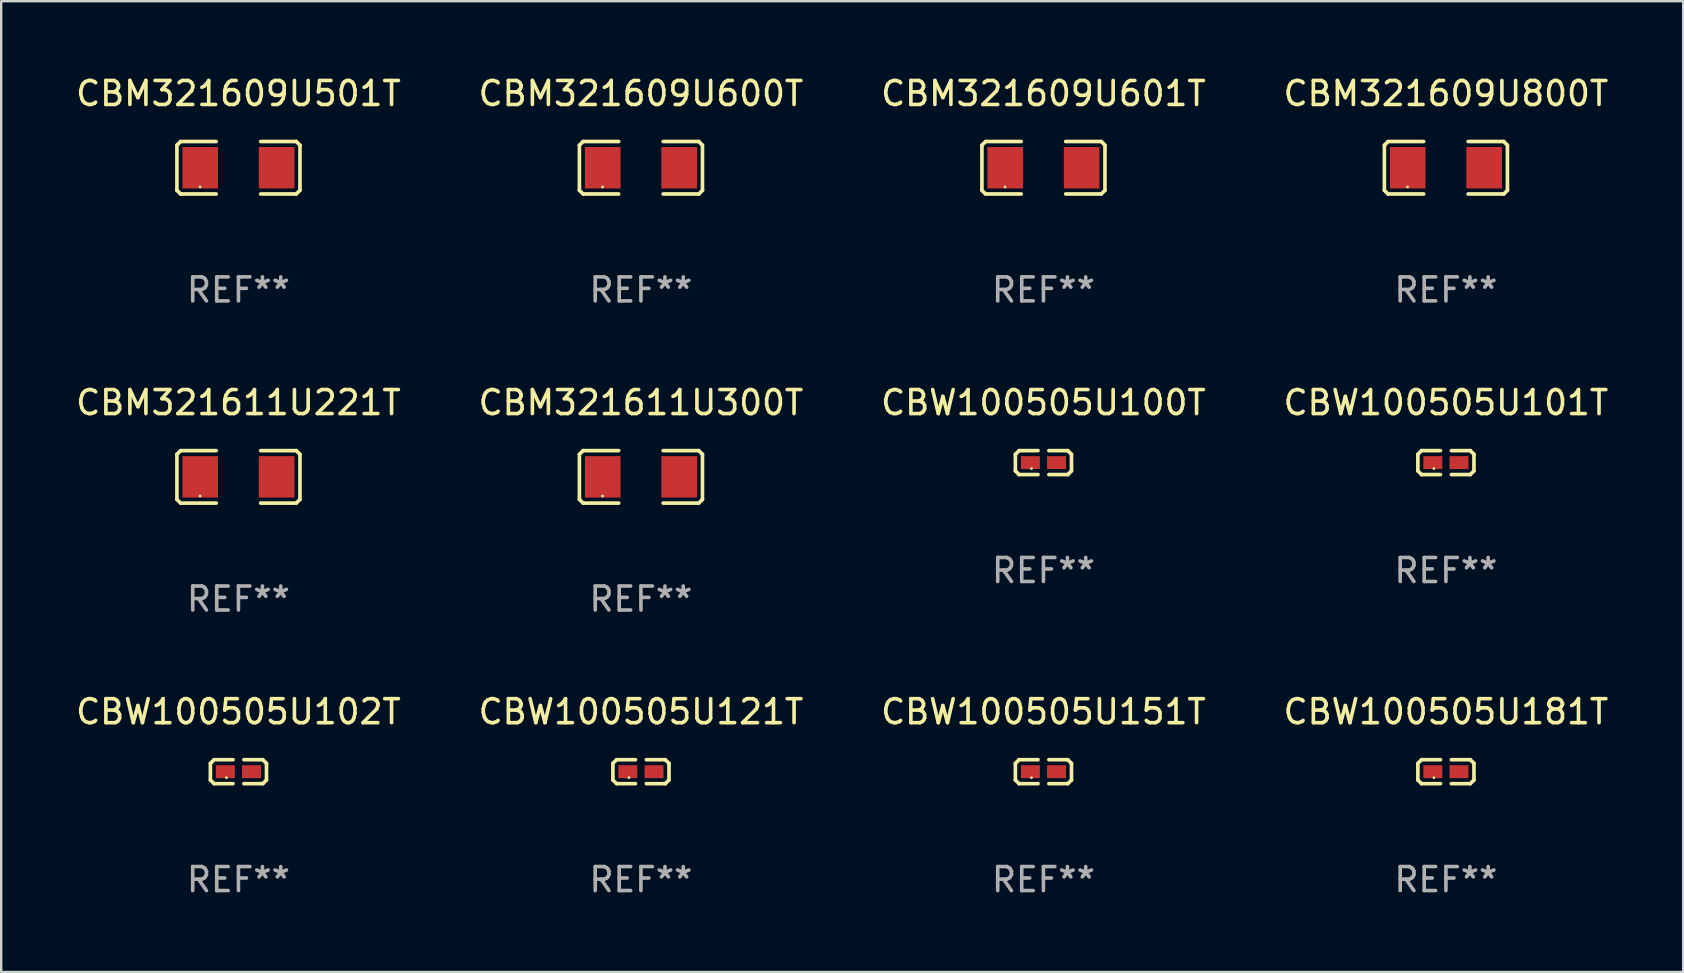
<source format=kicad_pcb>
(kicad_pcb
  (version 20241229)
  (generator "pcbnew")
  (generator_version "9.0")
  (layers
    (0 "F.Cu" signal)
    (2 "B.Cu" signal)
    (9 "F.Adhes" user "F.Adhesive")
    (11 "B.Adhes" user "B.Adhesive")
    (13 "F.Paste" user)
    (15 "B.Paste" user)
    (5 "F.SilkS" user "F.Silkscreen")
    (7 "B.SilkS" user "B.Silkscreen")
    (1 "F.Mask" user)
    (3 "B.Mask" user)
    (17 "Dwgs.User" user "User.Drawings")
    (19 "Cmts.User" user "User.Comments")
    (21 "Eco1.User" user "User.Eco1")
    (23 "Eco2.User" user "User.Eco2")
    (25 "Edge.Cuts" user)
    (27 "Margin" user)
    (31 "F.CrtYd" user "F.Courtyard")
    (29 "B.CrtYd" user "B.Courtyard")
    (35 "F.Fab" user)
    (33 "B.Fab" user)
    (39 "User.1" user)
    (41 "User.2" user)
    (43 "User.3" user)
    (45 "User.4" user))
  (footprint "CBM321609U600T"
    (layer "F.Cu")
    (at 23.661 3.941)
    (property "Reference" "CBM321609U600T" (at 0 -3.093 0) (layer "F.SilkS") (effects (font (size 1 1) (thickness 0.15))))
    (attr through_hole)
    (fp_line (start -2.564 -0.94) (end -2.411 -1.093) (stroke (width 0.152) (type solid)) (layer "F.SilkS"))
    (fp_line (start -2.564 0.94) (end -2.564 -0.94) (stroke (width 0.152) (type solid)) (layer "F.SilkS"))
    (fp_line (start -2.411 -1.093) (end -0.926 -1.093) (stroke (width 0.152) (type solid)) (layer "F.SilkS"))
    (fp_line (start -2.411 1.093) (end -2.564 0.94) (stroke (width 0.152) (type solid)) (layer "F.SilkS"))
    (fp_line (start -0.926 1.093) (end -2.411 1.093) (stroke (width 0.152) (type solid)) (layer "F.SilkS"))
    (fp_line (start 0.926 1.093) (end 2.411 1.093) (stroke (width 0.152) (type solid)) (layer "F.SilkS"))
    (fp_line (start 2.411 -1.093) (end 0.926 -1.093) (stroke (width 0.152) (type solid)) (layer "F.SilkS"))
    (fp_line (start 2.411 1.093) (end 2.564 0.94) (stroke (width 0.152) (type solid)) (layer "F.SilkS"))
    (fp_line (start 2.564 -0.94) (end 2.411 -1.093) (stroke (width 0.152) (type solid)) (layer "F.SilkS"))
    (fp_line (start 2.564 0.94) (end 2.564 -0.94) (stroke (width 0.152) (type solid)) (layer "F.SilkS"))
    (fp_circle (center -1.6 0.8) (end -1.57 0.8) (stroke (width 0.06) (type solid)) (fill no) (layer "F.SilkS"))
    (fp_text user "REF**" (at 0 5.093 0) (layer "F.Fab") (effects (font (size 1 1) (thickness 0.15))))
    (pad "1" smd rect (at -1.593 0) (size 1.485 1.728) (layers "F.Cu" "F.Mask" "F.Paste"))
    (pad "2" smd rect (at 1.593 0) (size 1.485 1.728) (layers "F.Cu" "F.Mask" "F.Paste")))
  (footprint "CBW100505U181T"
    (layer "F.Cu")
    (at 57.208 29.11)
    (property "Reference" "CBW100505U181T" (at 0 -2.499 0) (layer "F.SilkS") (effects (font (size 1 1) (thickness 0.15))))
    (attr through_hole)
    (fp_line (start -1.169 -0.346) (end -1.016 -0.499) (stroke (width 0.152) (type solid)) (layer "F.SilkS"))
    (fp_line (start -1.169 0.346) (end -1.169 -0.346) (stroke (width 0.152) (type solid)) (layer "F.SilkS"))
    (fp_line (start -1.016 -0.499) (end -0.226 -0.499) (stroke (width 0.152) (type solid)) (layer "F.SilkS"))
    (fp_line (start -1.016 0.499) (end -1.169 0.346) (stroke (width 0.152) (type solid)) (layer "F.SilkS"))
    (fp_line (start -0.226 0.499) (end -1.016 0.499) (stroke (width 0.152) (type solid)) (layer "F.SilkS"))
    (fp_line (start 0.226 0.499) (end 1.016 0.499) (stroke (width 0.152) (type solid)) (layer "F.SilkS"))
    (fp_line (start 1.016 -0.499) (end 0.226 -0.499) (stroke (width 0.152) (type solid)) (layer "F.SilkS"))
    (fp_line (start 1.016 0.499) (end 1.169 0.346) (stroke (width 0.152) (type solid)) (layer "F.SilkS"))
    (fp_line (start 1.169 -0.346) (end 1.016 -0.499) (stroke (width 0.152) (type solid)) (layer "F.SilkS"))
    (fp_line (start 1.169 0.346) (end 1.169 -0.346) (stroke (width 0.152) (type solid)) (layer "F.SilkS"))
    (fp_circle (center -0.5 0.25) (end -0.47 0.25) (stroke (width 0.06) (type solid)) (fill no) (layer "F.SilkS"))
    (fp_text user "REF**" (at 0 4.499 0) (layer "F.Fab") (effects (font (size 1 1) (thickness 0.15))))
    (pad "1" smd rect (at -0.545 0) (size 0.79 0.54) (layers "F.Cu" "F.Mask" "F.Paste"))
    (pad "2" smd rect (at 0.545 0) (size 0.79 0.54) (layers "F.Cu" "F.Mask" "F.Paste")))
  (footprint "CBW100505U102T"
    (layer "F.Cu")
    (at 6.887 29.11)
    (property "Reference" "CBW100505U102T" (at 0 -2.499 0) (layer "F.SilkS") (effects (font (size 1 1) (thickness 0.15))))
    (attr through_hole)
    (fp_line (start -1.169 -0.346) (end -1.016 -0.499) (stroke (width 0.152) (type solid)) (layer "F.SilkS"))
    (fp_line (start -1.169 0.346) (end -1.169 -0.346) (stroke (width 0.152) (type solid)) (layer "F.SilkS"))
    (fp_line (start -1.016 -0.499) (end -0.226 -0.499) (stroke (width 0.152) (type solid)) (layer "F.SilkS"))
    (fp_line (start -1.016 0.499) (end -1.169 0.346) (stroke (width 0.152) (type solid)) (layer "F.SilkS"))
    (fp_line (start -0.226 0.499) (end -1.016 0.499) (stroke (width 0.152) (type solid)) (layer "F.SilkS"))
    (fp_line (start 0.226 0.499) (end 1.016 0.499) (stroke (width 0.152) (type solid)) (layer "F.SilkS"))
    (fp_line (start 1.016 -0.499) (end 0.226 -0.499) (stroke (width 0.152) (type solid)) (layer "F.SilkS"))
    (fp_line (start 1.016 0.499) (end 1.169 0.346) (stroke (width 0.152) (type solid)) (layer "F.SilkS"))
    (fp_line (start 1.169 -0.346) (end 1.016 -0.499) (stroke (width 0.152) (type solid)) (layer "F.SilkS"))
    (fp_line (start 1.169 0.346) (end 1.169 -0.346) (stroke (width 0.152) (type solid)) (layer "F.SilkS"))
    (fp_circle (center -0.5 0.25) (end -0.47 0.25) (stroke (width 0.06) (type solid)) (fill no) (layer "F.SilkS"))
    (fp_text user "REF**" (at 0 4.499 0) (layer "F.Fab") (effects (font (size 1 1) (thickness 0.15))))
    (pad "1" smd rect (at -0.545 0) (size 0.79 0.54) (layers "F.Cu" "F.Mask" "F.Paste"))
    (pad "2" smd rect (at 0.545 0) (size 0.79 0.54) (layers "F.Cu" "F.Mask" "F.Paste")))
  (footprint "CBW100505U101T"
    (layer "F.Cu")
    (at 57.208 16.229)
    (property "Reference" "CBW100505U101T" (at 0 -2.499 0) (layer "F.SilkS") (effects (font (size 1 1) (thickness 0.15))))
    (attr through_hole)
    (fp_line (start -1.169 -0.346) (end -1.016 -0.499) (stroke (width 0.152) (type solid)) (layer "F.SilkS"))
    (fp_line (start -1.169 0.346) (end -1.169 -0.346) (stroke (width 0.152) (type solid)) (layer "F.SilkS"))
    (fp_line (start -1.016 -0.499) (end -0.226 -0.499) (stroke (width 0.152) (type solid)) (layer "F.SilkS"))
    (fp_line (start -1.016 0.499) (end -1.169 0.346) (stroke (width 0.152) (type solid)) (layer "F.SilkS"))
    (fp_line (start -0.226 0.499) (end -1.016 0.499) (stroke (width 0.152) (type solid)) (layer "F.SilkS"))
    (fp_line (start 0.226 0.499) (end 1.016 0.499) (stroke (width 0.152) (type solid)) (layer "F.SilkS"))
    (fp_line (start 1.016 -0.499) (end 0.226 -0.499) (stroke (width 0.152) (type solid)) (layer "F.SilkS"))
    (fp_line (start 1.016 0.499) (end 1.169 0.346) (stroke (width 0.152) (type solid)) (layer "F.SilkS"))
    (fp_line (start 1.169 -0.346) (end 1.016 -0.499) (stroke (width 0.152) (type solid)) (layer "F.SilkS"))
    (fp_line (start 1.169 0.346) (end 1.169 -0.346) (stroke (width 0.152) (type solid)) (layer "F.SilkS"))
    (fp_circle (center -0.5 0.25) (end -0.47 0.25) (stroke (width 0.06) (type solid)) (fill no) (layer "F.SilkS"))
    (fp_text user "REF**" (at 0 4.499 0) (layer "F.Fab") (effects (font (size 1 1) (thickness 0.15))))
    (pad "1" smd rect (at -0.545 0) (size 0.79 0.54) (layers "F.Cu" "F.Mask" "F.Paste"))
    (pad "2" smd rect (at 0.545 0) (size 0.79 0.54) (layers "F.Cu" "F.Mask" "F.Paste")))
  (footprint "CBW100505U100T"
    (layer "F.Cu")
    (at 40.435 16.229)
    (property "Reference" "CBW100505U100T" (at 0 -2.499 0) (layer "F.SilkS") (effects (font (size 1 1) (thickness 0.15))))
    (attr through_hole)
    (fp_line (start -1.169 -0.346) (end -1.016 -0.499) (stroke (width 0.152) (type solid)) (layer "F.SilkS"))
    (fp_line (start -1.169 0.346) (end -1.169 -0.346) (stroke (width 0.152) (type solid)) (layer "F.SilkS"))
    (fp_line (start -1.016 -0.499) (end -0.226 -0.499) (stroke (width 0.152) (type solid)) (layer "F.SilkS"))
    (fp_line (start -1.016 0.499) (end -1.169 0.346) (stroke (width 0.152) (type solid)) (layer "F.SilkS"))
    (fp_line (start -0.226 0.499) (end -1.016 0.499) (stroke (width 0.152) (type solid)) (layer "F.SilkS"))
    (fp_line (start 0.226 0.499) (end 1.016 0.499) (stroke (width 0.152) (type solid)) (layer "F.SilkS"))
    (fp_line (start 1.016 -0.499) (end 0.226 -0.499) (stroke (width 0.152) (type solid)) (layer "F.SilkS"))
    (fp_line (start 1.016 0.499) (end 1.169 0.346) (stroke (width 0.152) (type solid)) (layer "F.SilkS"))
    (fp_line (start 1.169 -0.346) (end 1.016 -0.499) (stroke (width 0.152) (type solid)) (layer "F.SilkS"))
    (fp_line (start 1.169 0.346) (end 1.169 -0.346) (stroke (width 0.152) (type solid)) (layer "F.SilkS"))
    (fp_circle (center -0.5 0.25) (end -0.47 0.25) (stroke (width 0.06) (type solid)) (fill no) (layer "F.SilkS"))
    (fp_text user "REF**" (at 0 4.499 0) (layer "F.Fab") (effects (font (size 1 1) (thickness 0.15))))
    (pad "1" smd rect (at -0.545 0) (size 0.79 0.54) (layers "F.Cu" "F.Mask" "F.Paste"))
    (pad "2" smd rect (at 0.545 0) (size 0.79 0.54) (layers "F.Cu" "F.Mask" "F.Paste")))
  (footprint "CBM321609U501T"
    (layer "F.Cu")
    (at 6.887 3.941)
    (property "Reference" "CBM321609U501T" (at 0 -3.093 0) (layer "F.SilkS") (effects (font (size 1 1) (thickness 0.15))))
    (attr through_hole)
    (fp_line (start -2.564 -0.94) (end -2.411 -1.093) (stroke (width 0.152) (type solid)) (layer "F.SilkS"))
    (fp_line (start -2.564 0.94) (end -2.564 -0.94) (stroke (width 0.152) (type solid)) (layer "F.SilkS"))
    (fp_line (start -2.411 -1.093) (end -0.926 -1.093) (stroke (width 0.152) (type solid)) (layer "F.SilkS"))
    (fp_line (start -2.411 1.093) (end -2.564 0.94) (stroke (width 0.152) (type solid)) (layer "F.SilkS"))
    (fp_line (start -0.926 1.093) (end -2.411 1.093) (stroke (width 0.152) (type solid)) (layer "F.SilkS"))
    (fp_line (start 0.926 1.093) (end 2.411 1.093) (stroke (width 0.152) (type solid)) (layer "F.SilkS"))
    (fp_line (start 2.411 -1.093) (end 0.926 -1.093) (stroke (width 0.152) (type solid)) (layer "F.SilkS"))
    (fp_line (start 2.411 1.093) (end 2.564 0.94) (stroke (width 0.152) (type solid)) (layer "F.SilkS"))
    (fp_line (start 2.564 -0.94) (end 2.411 -1.093) (stroke (width 0.152) (type solid)) (layer "F.SilkS"))
    (fp_line (start 2.564 0.94) (end 2.564 -0.94) (stroke (width 0.152) (type solid)) (layer "F.SilkS"))
    (fp_circle (center -1.6 0.8) (end -1.57 0.8) (stroke (width 0.06) (type solid)) (fill no) (layer "F.SilkS"))
    (fp_text user "REF**" (at 0 5.093 0) (layer "F.Fab") (effects (font (size 1 1) (thickness 0.15))))
    (pad "1" smd rect (at -1.593 0) (size 1.485 1.728) (layers "F.Cu" "F.Mask" "F.Paste"))
    (pad "2" smd rect (at 1.593 0) (size 1.485 1.728) (layers "F.Cu" "F.Mask" "F.Paste")))
  (footprint "CBM321611U300T"
    (layer "F.Cu")
    (at 23.661 16.823)
    (property "Reference" "CBM321611U300T" (at 0 -3.093 0) (layer "F.SilkS") (effects (font (size 1 1) (thickness 0.15))))
    (attr through_hole)
    (fp_line (start -2.564 -0.94) (end -2.411 -1.093) (stroke (width 0.152) (type solid)) (layer "F.SilkS"))
    (fp_line (start -2.564 0.94) (end -2.564 -0.94) (stroke (width 0.152) (type solid)) (layer "F.SilkS"))
    (fp_line (start -2.411 -1.093) (end -0.926 -1.093) (stroke (width 0.152) (type solid)) (layer "F.SilkS"))
    (fp_line (start -2.411 1.093) (end -2.564 0.94) (stroke (width 0.152) (type solid)) (layer "F.SilkS"))
    (fp_line (start -0.926 1.093) (end -2.411 1.093) (stroke (width 0.152) (type solid)) (layer "F.SilkS"))
    (fp_line (start 0.926 1.093) (end 2.411 1.093) (stroke (width 0.152) (type solid)) (layer "F.SilkS"))
    (fp_line (start 2.411 -1.093) (end 0.926 -1.093) (stroke (width 0.152) (type solid)) (layer "F.SilkS"))
    (fp_line (start 2.411 1.093) (end 2.564 0.94) (stroke (width 0.152) (type solid)) (layer "F.SilkS"))
    (fp_line (start 2.564 -0.94) (end 2.411 -1.093) (stroke (width 0.152) (type solid)) (layer "F.SilkS"))
    (fp_line (start 2.564 0.94) (end 2.564 -0.94) (stroke (width 0.152) (type solid)) (layer "F.SilkS"))
    (fp_circle (center -1.6 0.8) (end -1.57 0.8) (stroke (width 0.06) (type solid)) (fill no) (layer "F.SilkS"))
    (fp_text user "REF**" (at 0 5.093 0) (layer "F.Fab") (effects (font (size 1 1) (thickness 0.15))))
    (pad "1" smd rect (at -1.593 0) (size 1.485 1.728) (layers "F.Cu" "F.Mask" "F.Paste"))
    (pad "2" smd rect (at 1.593 0) (size 1.485 1.728) (layers "F.Cu" "F.Mask" "F.Paste")))
  (footprint "CBW100505U151T"
    (layer "F.Cu")
    (at 40.435 29.11)
    (property "Reference" "CBW100505U151T" (at 0 -2.499 0) (layer "F.SilkS") (effects (font (size 1 1) (thickness 0.15))))
    (attr through_hole)
    (fp_line (start -1.169 -0.346) (end -1.016 -0.499) (stroke (width 0.152) (type solid)) (layer "F.SilkS"))
    (fp_line (start -1.169 0.346) (end -1.169 -0.346) (stroke (width 0.152) (type solid)) (layer "F.SilkS"))
    (fp_line (start -1.016 -0.499) (end -0.226 -0.499) (stroke (width 0.152) (type solid)) (layer "F.SilkS"))
    (fp_line (start -1.016 0.499) (end -1.169 0.346) (stroke (width 0.152) (type solid)) (layer "F.SilkS"))
    (fp_line (start -0.226 0.499) (end -1.016 0.499) (stroke (width 0.152) (type solid)) (layer "F.SilkS"))
    (fp_line (start 0.226 0.499) (end 1.016 0.499) (stroke (width 0.152) (type solid)) (layer "F.SilkS"))
    (fp_line (start 1.016 -0.499) (end 0.226 -0.499) (stroke (width 0.152) (type solid)) (layer "F.SilkS"))
    (fp_line (start 1.016 0.499) (end 1.169 0.346) (stroke (width 0.152) (type solid)) (layer "F.SilkS"))
    (fp_line (start 1.169 -0.346) (end 1.016 -0.499) (stroke (width 0.152) (type solid)) (layer "F.SilkS"))
    (fp_line (start 1.169 0.346) (end 1.169 -0.346) (stroke (width 0.152) (type solid)) (layer "F.SilkS"))
    (fp_circle (center -0.5 0.25) (end -0.47 0.25) (stroke (width 0.06) (type solid)) (fill no) (layer "F.SilkS"))
    (fp_text user "REF**" (at 0 4.499 0) (layer "F.Fab") (effects (font (size 1 1) (thickness 0.15))))
    (pad "1" smd rect (at -0.545 0) (size 0.79 0.54) (layers "F.Cu" "F.Mask" "F.Paste"))
    (pad "2" smd rect (at 0.545 0) (size 0.79 0.54) (layers "F.Cu" "F.Mask" "F.Paste")))
  (footprint "CBM321609U601T"
    (layer "F.Cu")
    (at 40.435 3.941)
    (property "Reference" "CBM321609U601T" (at 0 -3.093 0) (layer "F.SilkS") (effects (font (size 1 1) (thickness 0.15))))
    (attr through_hole)
    (fp_line (start -2.564 -0.94) (end -2.411 -1.093) (stroke (width 0.152) (type solid)) (layer "F.SilkS"))
    (fp_line (start -2.564 0.94) (end -2.564 -0.94) (stroke (width 0.152) (type solid)) (layer "F.SilkS"))
    (fp_line (start -2.411 -1.093) (end -0.926 -1.093) (stroke (width 0.152) (type solid)) (layer "F.SilkS"))
    (fp_line (start -2.411 1.093) (end -2.564 0.94) (stroke (width 0.152) (type solid)) (layer "F.SilkS"))
    (fp_line (start -0.926 1.093) (end -2.411 1.093) (stroke (width 0.152) (type solid)) (layer "F.SilkS"))
    (fp_line (start 0.926 1.093) (end 2.411 1.093) (stroke (width 0.152) (type solid)) (layer "F.SilkS"))
    (fp_line (start 2.411 -1.093) (end 0.926 -1.093) (stroke (width 0.152) (type solid)) (layer "F.SilkS"))
    (fp_line (start 2.411 1.093) (end 2.564 0.94) (stroke (width 0.152) (type solid)) (layer "F.SilkS"))
    (fp_line (start 2.564 -0.94) (end 2.411 -1.093) (stroke (width 0.152) (type solid)) (layer "F.SilkS"))
    (fp_line (start 2.564 0.94) (end 2.564 -0.94) (stroke (width 0.152) (type solid)) (layer "F.SilkS"))
    (fp_circle (center -1.6 0.8) (end -1.57 0.8) (stroke (width 0.06) (type solid)) (fill no) (layer "F.SilkS"))
    (fp_text user "REF**" (at 0 5.093 0) (layer "F.Fab") (effects (font (size 1 1) (thickness 0.15))))
    (pad "1" smd rect (at -1.593 0) (size 1.485 1.728) (layers "F.Cu" "F.Mask" "F.Paste"))
    (pad "2" smd rect (at 1.593 0) (size 1.485 1.728) (layers "F.Cu" "F.Mask" "F.Paste")))
  (footprint "CBM321609U800T"
    (layer "F.Cu")
    (at 57.208 3.941)
    (property "Reference" "CBM321609U800T" (at 0 -3.093 0) (layer "F.SilkS") (effects (font (size 1 1) (thickness 0.15))))
    (attr through_hole)
    (fp_line (start -2.564 -0.94) (end -2.411 -1.093) (stroke (width 0.152) (type solid)) (layer "F.SilkS"))
    (fp_line (start -2.564 0.94) (end -2.564 -0.94) (stroke (width 0.152) (type solid)) (layer "F.SilkS"))
    (fp_line (start -2.411 -1.093) (end -0.926 -1.093) (stroke (width 0.152) (type solid)) (layer "F.SilkS"))
    (fp_line (start -2.411 1.093) (end -2.564 0.94) (stroke (width 0.152) (type solid)) (layer "F.SilkS"))
    (fp_line (start -0.926 1.093) (end -2.411 1.093) (stroke (width 0.152) (type solid)) (layer "F.SilkS"))
    (fp_line (start 0.926 1.093) (end 2.411 1.093) (stroke (width 0.152) (type solid)) (layer "F.SilkS"))
    (fp_line (start 2.411 -1.093) (end 0.926 -1.093) (stroke (width 0.152) (type solid)) (layer "F.SilkS"))
    (fp_line (start 2.411 1.093) (end 2.564 0.94) (stroke (width 0.152) (type solid)) (layer "F.SilkS"))
    (fp_line (start 2.564 -0.94) (end 2.411 -1.093) (stroke (width 0.152) (type solid)) (layer "F.SilkS"))
    (fp_line (start 2.564 0.94) (end 2.564 -0.94) (stroke (width 0.152) (type solid)) (layer "F.SilkS"))
    (fp_circle (center -1.6 0.8) (end -1.57 0.8) (stroke (width 0.06) (type solid)) (fill no) (layer "F.SilkS"))
    (fp_text user "REF**" (at 0 5.093 0) (layer "F.Fab") (effects (font (size 1 1) (thickness 0.15))))
    (pad "1" smd rect (at -1.593 0) (size 1.485 1.728) (layers "F.Cu" "F.Mask" "F.Paste"))
    (pad "2" smd rect (at 1.593 0) (size 1.485 1.728) (layers "F.Cu" "F.Mask" "F.Paste")))
  (footprint "CBW100505U121T"
    (layer "F.Cu")
    (at 23.661 29.11)
    (property "Reference" "CBW100505U121T" (at 0 -2.499 0) (layer "F.SilkS") (effects (font (size 1 1) (thickness 0.15))))
    (attr through_hole)
    (fp_line (start -1.169 -0.346) (end -1.016 -0.499) (stroke (width 0.152) (type solid)) (layer "F.SilkS"))
    (fp_line (start -1.169 0.346) (end -1.169 -0.346) (stroke (width 0.152) (type solid)) (layer "F.SilkS"))
    (fp_line (start -1.016 -0.499) (end -0.226 -0.499) (stroke (width 0.152) (type solid)) (layer "F.SilkS"))
    (fp_line (start -1.016 0.499) (end -1.169 0.346) (stroke (width 0.152) (type solid)) (layer "F.SilkS"))
    (fp_line (start -0.226 0.499) (end -1.016 0.499) (stroke (width 0.152) (type solid)) (layer "F.SilkS"))
    (fp_line (start 0.226 0.499) (end 1.016 0.499) (stroke (width 0.152) (type solid)) (layer "F.SilkS"))
    (fp_line (start 1.016 -0.499) (end 0.226 -0.499) (stroke (width 0.152) (type solid)) (layer "F.SilkS"))
    (fp_line (start 1.016 0.499) (end 1.169 0.346) (stroke (width 0.152) (type solid)) (layer "F.SilkS"))
    (fp_line (start 1.169 -0.346) (end 1.016 -0.499) (stroke (width 0.152) (type solid)) (layer "F.SilkS"))
    (fp_line (start 1.169 0.346) (end 1.169 -0.346) (stroke (width 0.152) (type solid)) (layer "F.SilkS"))
    (fp_circle (center -0.5 0.25) (end -0.47 0.25) (stroke (width 0.06) (type solid)) (fill no) (layer "F.SilkS"))
    (fp_text user "REF**" (at 0 4.499 0) (layer "F.Fab") (effects (font (size 1 1) (thickness 0.15))))
    (pad "1" smd rect (at -0.545 0) (size 0.79 0.54) (layers "F.Cu" "F.Mask" "F.Paste"))
    (pad "2" smd rect (at 0.545 0) (size 0.79 0.54) (layers "F.Cu" "F.Mask" "F.Paste")))
  (footprint "CBM321611U221T"
    (layer "F.Cu")
    (at 6.887 16.823)
    (property "Reference" "CBM321611U221T" (at 0 -3.093 0) (layer "F.SilkS") (effects (font (size 1 1) (thickness 0.15))))
    (attr through_hole)
    (fp_line (start -2.564 -0.94) (end -2.411 -1.093) (stroke (width 0.152) (type solid)) (layer "F.SilkS"))
    (fp_line (start -2.564 0.94) (end -2.564 -0.94) (stroke (width 0.152) (type solid)) (layer "F.SilkS"))
    (fp_line (start -2.411 -1.093) (end -0.926 -1.093) (stroke (width 0.152) (type solid)) (layer "F.SilkS"))
    (fp_line (start -2.411 1.093) (end -2.564 0.94) (stroke (width 0.152) (type solid)) (layer "F.SilkS"))
    (fp_line (start -0.926 1.093) (end -2.411 1.093) (stroke (width 0.152) (type solid)) (layer "F.SilkS"))
    (fp_line (start 0.926 1.093) (end 2.411 1.093) (stroke (width 0.152) (type solid)) (layer "F.SilkS"))
    (fp_line (start 2.411 -1.093) (end 0.926 -1.093) (stroke (width 0.152) (type solid)) (layer "F.SilkS"))
    (fp_line (start 2.411 1.093) (end 2.564 0.94) (stroke (width 0.152) (type solid)) (layer "F.SilkS"))
    (fp_line (start 2.564 -0.94) (end 2.411 -1.093) (stroke (width 0.152) (type solid)) (layer "F.SilkS"))
    (fp_line (start 2.564 0.94) (end 2.564 -0.94) (stroke (width 0.152) (type solid)) (layer "F.SilkS"))
    (fp_circle (center -1.6 0.8) (end -1.57 0.8) (stroke (width 0.06) (type solid)) (fill no) (layer "F.SilkS"))
    (fp_text user "REF**" (at 0 5.093 0) (layer "F.Fab") (effects (font (size 1 1) (thickness 0.15))))
    (pad "1" smd rect (at -1.593 0) (size 1.485 1.728) (layers "F.Cu" "F.Mask" "F.Paste"))
    (pad "2" smd rect (at 1.593 0) (size 1.485 1.728) (layers "F.Cu" "F.Mask" "F.Paste")))
  (gr_rect
    (start -3 -3)
    (end 67.095 37.457)
    (stroke (width 0.1) (type default))
    (fill no)
    (layer "Edge.Cuts")))
</source>
